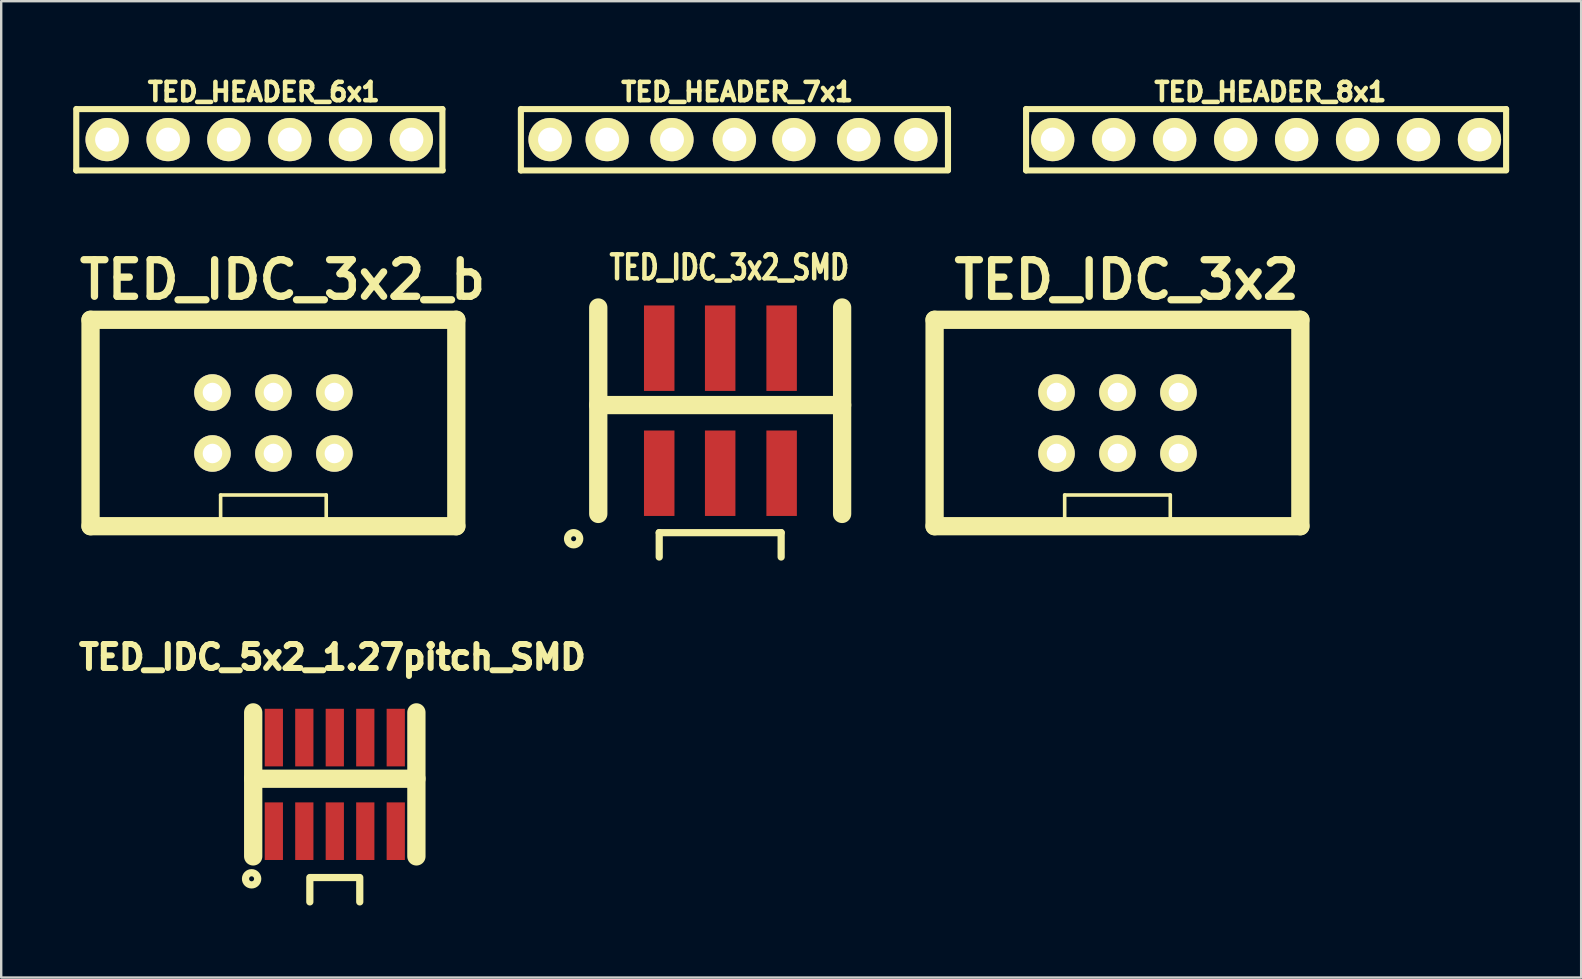
<source format=kicad_pcb>
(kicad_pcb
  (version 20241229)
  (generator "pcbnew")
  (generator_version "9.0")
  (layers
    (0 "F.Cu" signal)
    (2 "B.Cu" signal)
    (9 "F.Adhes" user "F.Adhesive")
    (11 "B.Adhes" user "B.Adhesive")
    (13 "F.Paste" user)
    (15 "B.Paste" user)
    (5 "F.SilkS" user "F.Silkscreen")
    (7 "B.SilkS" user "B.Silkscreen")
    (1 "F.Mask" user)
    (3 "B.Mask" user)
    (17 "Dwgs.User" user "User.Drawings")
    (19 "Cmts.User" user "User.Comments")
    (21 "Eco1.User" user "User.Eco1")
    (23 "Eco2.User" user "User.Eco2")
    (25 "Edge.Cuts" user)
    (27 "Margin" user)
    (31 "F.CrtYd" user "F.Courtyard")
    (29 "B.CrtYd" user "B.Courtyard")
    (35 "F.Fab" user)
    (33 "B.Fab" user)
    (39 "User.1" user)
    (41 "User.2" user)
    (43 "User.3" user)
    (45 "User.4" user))
  (footprint "TED_IDC_3x2_SMD"
    (layer "F.Cu")
    (at 26.956 14.062)
    (property "Reference" "TED_IDC_3x2_SMD" (at 0.381 -5.969 0) (layer "F.SilkS") (effects (font (size 1 0.75) (thickness 0.188))))
    (attr through_hole)
    (fp_line (start -5.08 -0.236) (end 5.08 -0.236) (stroke (width 0.762) (type solid)) (layer "F.SilkS"))
    (fp_line (start -5.08 4.3) (end -5.08 -4.3) (stroke (width 0.762) (type solid)) (layer "F.SilkS"))
    (fp_line (start -2.54 5.08) (end 2.54 5.08) (stroke (width 0.3) (type solid)) (layer "F.SilkS"))
    (fp_line (start -2.54 6.096) (end -2.54 5.08) (stroke (width 0.3) (type solid)) (layer "F.SilkS"))
    (fp_line (start 2.54 5.08) (end 2.54 6.096) (stroke (width 0.3) (type solid)) (layer "F.SilkS"))
    (fp_line (start 5.08 -4.3) (end 5.08 4.3) (stroke (width 0.762) (type solid)) (layer "F.SilkS"))
    (fp_circle (center -6.106 5.334) (end -5.852 5.334) (stroke (width 0.3) (type solid)) (fill no) (layer "F.SilkS"))
    (pad "1" smd rect (at -2.54 2.605) (size 1.27 3.56) (layers "F.Cu" "F.Mask" "F.Paste"))
    (pad "2" smd rect (at -2.54 -2.605) (size 1.27 3.56) (layers "F.Cu" "F.Mask" "F.Paste"))
    (pad "3" smd rect (at 0 2.605) (size 1.27 3.56) (layers "F.Cu" "F.Mask" "F.Paste"))
    (pad "4" smd rect (at 0 -2.605) (size 1.27 3.56) (layers "F.Cu" "F.Mask" "F.Paste"))
    (pad "5" smd rect (at 2.56 2.605) (size 1.27 3.56) (layers "F.Cu" "F.Mask" "F.Paste"))
    (pad "6" smd rect (at 2.56 -2.605) (size 1.27 3.56) (layers "F.Cu" "F.Mask" "F.Paste")))
  (footprint "TED_HEADER_8x1"
    (layer "F.Cu")
    (at 49.701 2.766)
    (property "Reference" "TED_HEADER_8x1" (at 0.178 -1.986 0) (layer "F.SilkS") (effects (font (size 0.762 0.762) (thickness 0.191))))
    (attr through_hole)
    (fp_line (start -10 1.285) (end -10 -1.275) (stroke (width 0.254) (type solid)) (layer "F.SilkS"))
    (fp_line (start 10 -1.27) (end -10 -1.27) (stroke (width 0.254) (type solid)) (layer "F.SilkS"))
    (fp_line (start 10 -1.27) (end 10 1.27) (stroke (width 0.254) (type solid)) (layer "F.SilkS"))
    (fp_line (start 10 1.285) (end -10 1.285) (stroke (width 0.254) (type solid)) (layer "F.SilkS"))
    (pad "1" thru_hole circle (at -8.89 0) (size 1.8 1.8) (drill 1) (layers "*.Cu" "*.Mask" "F.SilkS"))
    (pad "2" thru_hole circle (at -6.35 0) (size 1.8 1.8) (drill 1) (layers "*.Cu" "*.Mask" "F.SilkS"))
    (pad "3" thru_hole circle (at -3.81 0) (size 1.8 1.8) (drill 1) (layers "*.Cu" "*.Mask" "F.SilkS"))
    (pad "4" thru_hole circle (at -1.27 0) (size 1.8 1.8) (drill 1) (layers "*.Cu" "*.Mask" "F.SilkS"))
    (pad "5" thru_hole circle (at 1.27 0) (size 1.8 1.8) (drill 1) (layers "*.Cu" "*.Mask" "F.SilkS"))
    (pad "6" thru_hole circle (at 3.81 0) (size 1.8 1.8) (drill 1) (layers "*.Cu" "*.Mask" "F.SilkS"))
    (pad "7" thru_hole circle (at 6.35 0) (size 1.8 1.8) (drill 1) (layers "*.Cu" "*.Mask" "F.SilkS"))
    (pad "8" thru_hole circle (at 8.89 0) (size 1.8 1.8) (drill 1) (layers "*.Cu" "*.Mask" "F.SilkS")))
  (footprint "TED_HEADER_7x1"
    (layer "F.Cu")
    (at 27.487 2.766)
    (property "Reference" "TED_HEADER_7x1" (at 0.178 -1.986 0) (layer "F.SilkS") (effects (font (size 0.762 0.762) (thickness 0.191))))
    (attr through_hole)
    (fp_line (start -8.835 1.285) (end -8.835 -1.275) (stroke (width 0.254) (type solid)) (layer "F.SilkS"))
    (fp_line (start 8.96 -1.27) (end -8.82 -1.27) (stroke (width 0.254) (type solid)) (layer "F.SilkS"))
    (fp_line (start 8.96 -1.27) (end 8.96 1.27) (stroke (width 0.254) (type solid)) (layer "F.SilkS"))
    (fp_line (start 8.96 1.285) (end -8.835 1.285) (stroke (width 0.254) (type solid)) (layer "F.SilkS"))
    (pad "1" thru_hole circle (at -7.62 0) (size 1.8 1.8) (drill 1) (layers "*.Cu" "*.Mask" "F.SilkS"))
    (pad "2" thru_hole circle (at -5.24 0) (size 1.8 1.8) (drill 1) (layers "*.Cu" "*.Mask" "F.SilkS"))
    (pad "3" thru_hole circle (at -2.54 0) (size 1.8 1.8) (drill 1) (layers "*.Cu" "*.Mask" "F.SilkS"))
    (pad "4" thru_hole circle (at 0.06 0) (size 1.8 1.8) (drill 1) (layers "*.Cu" "*.Mask" "F.SilkS"))
    (pad "5" thru_hole circle (at 2.54 0) (size 1.8 1.8) (drill 1) (layers "*.Cu" "*.Mask" "F.SilkS"))
    (pad "6" thru_hole circle (at 5.24 0) (size 1.8 1.8) (drill 1) (layers "*.Cu" "*.Mask" "F.SilkS"))
    (pad "7" thru_hole circle (at 7.62 0) (size 1.8 1.8) (drill 1) (layers "*.Cu" "*.Mask" "F.SilkS")))
  (footprint "TED_IDC_5x2_1.27pitch_SMD"
    (layer "F.Cu")
    (at 10.899 29.631)
    (property "Reference" "TED_IDC_5x2_1.27pitch_SMD" (at -0.1 -5.3 0) (layer "F.SilkS") (effects (font (size 1 1) (thickness 0.25))))
    (attr through_hole)
    (fp_line (start -3.4 -0.236) (end 3.4 -0.236) (stroke (width 0.762) (type solid)) (layer "F.SilkS"))
    (fp_line (start -3.4 3) (end -3.4 -3) (stroke (width 0.762) (type solid)) (layer "F.SilkS"))
    (fp_line (start -1.04 4.896) (end -1.04 3.88) (stroke (width 0.3) (type solid)) (layer "F.SilkS"))
    (fp_line (start -1 3.88) (end 1 3.88) (stroke (width 0.3) (type solid)) (layer "F.SilkS"))
    (fp_line (start 1.04 3.88) (end 1.04 4.896) (stroke (width 0.3) (type solid)) (layer "F.SilkS"))
    (fp_line (start 3.4 -3) (end 3.4 3) (stroke (width 0.762) (type solid)) (layer "F.SilkS"))
    (fp_circle (center -3.466 3.934) (end -3.212 3.934) (stroke (width 0.3) (type solid)) (fill no) (layer "F.SilkS"))
    (pad "1" smd rect (at -2.54 1.95) (size 0.76 2.4) (layers "F.Cu" "F.Mask" "F.Paste"))
    (pad "2" smd rect (at -2.54 -1.95) (size 0.76 2.4) (layers "F.Cu" "F.Mask" "F.Paste"))
    (pad "3" smd rect (at -1.27 1.95) (size 0.76 2.4) (layers "F.Cu" "F.Mask" "F.Paste"))
    (pad "4" smd rect (at -1.27 -1.95) (size 0.76 2.4) (layers "F.Cu" "F.Mask" "F.Paste"))
    (pad "5" smd rect (at 0 1.95) (size 0.76 2.4) (layers "F.Cu" "F.Mask" "F.Paste"))
    (pad "6" smd rect (at 0 -1.95) (size 0.76 2.4) (layers "F.Cu" "F.Mask" "F.Paste"))
    (pad "7" smd rect (at 1.27 1.95) (size 0.76 2.4) (layers "F.Cu" "F.Mask" "F.Paste"))
    (pad "8" smd rect (at 1.27 -1.95) (size 0.76 2.4) (layers "F.Cu" "F.Mask" "F.Paste"))
    (pad "9" smd rect (at 2.54 1.95) (size 0.76 2.4) (layers "F.Cu" "F.Mask" "F.Paste"))
    (pad "10" smd rect (at 2.54 -1.95) (size 0.76 2.4) (layers "F.Cu" "F.Mask" "F.Paste")))
  (footprint "TED_IDC_3x2_b"
    (layer "F.Cu")
    (at 8.342 14.574)
    (property "Reference" "TED_IDC_3x2_b" (at 0.381 -5.969 0) (layer "F.SilkS") (effects (font (size 1.524 1.524) (thickness 0.305))))
    (attr through_hole)
    (fp_line (start -7.62 -4.3) (end 7.62 -4.3) (stroke (width 0.762) (type solid)) (layer "F.SilkS"))
    (fp_line (start -7.62 4.3) (end -7.62 -4.3) (stroke (width 0.762) (type solid)) (layer "F.SilkS"))
    (fp_line (start -2.2 3) (end 2.2 3) (stroke (width 0.15) (type solid)) (layer "F.SilkS"))
    (fp_line (start -2.2 4) (end -2.2 3) (stroke (width 0.15) (type solid)) (layer "F.SilkS"))
    (fp_line (start 2.2 3) (end 2.2 4) (stroke (width 0.15) (type solid)) (layer "F.SilkS"))
    (fp_line (start 7.62 -4.3) (end 7.62 4.3) (stroke (width 0.762) (type solid)) (layer "F.SilkS"))
    (fp_line (start 7.62 4.3) (end -7.62 4.3) (stroke (width 0.762) (type solid)) (layer "F.SilkS"))
    (pad "1" thru_hole circle (at -2.54 1.27) (size 1.524 1.524) (drill 0.813) (layers "*.Mask" "B.Cu" "F.SilkS"))
    (pad "2" thru_hole circle (at -2.54 -1.27) (size 1.524 1.524) (drill 0.813) (layers "*.Mask" "B.Cu" "F.SilkS"))
    (pad "3" thru_hole circle (at 0 1.27) (size 1.524 1.524) (drill 0.813) (layers "*.Mask" "B.Cu" "F.SilkS"))
    (pad "4" thru_hole circle (at 0 -1.27) (size 1.524 1.524) (drill 0.813) (layers "*.Mask" "B.Cu" "F.SilkS"))
    (pad "5" thru_hole circle (at 2.54 1.27) (size 1.524 1.524) (drill 0.813) (layers "*.Mask" "B.Cu" "F.SilkS"))
    (pad "6" thru_hole circle (at 2.54 -1.27) (size 1.524 1.524) (drill 0.813) (layers "*.Mask" "B.Cu" "F.SilkS")))
  (footprint "TED_IDC_3x2"
    (layer "F.Cu")
    (at 43.509 14.574)
    (property "Reference" "TED_IDC_3x2" (at 0.381 -5.969 0) (layer "F.SilkS") (effects (font (size 1.524 1.524) (thickness 0.305))))
    (attr through_hole)
    (fp_line (start -7.62 -4.3) (end 7.62 -4.3) (stroke (width 0.762) (type solid)) (layer "F.SilkS"))
    (fp_line (start -7.62 4.3) (end -7.62 -4.3) (stroke (width 0.762) (type solid)) (layer "F.SilkS"))
    (fp_line (start -2.2 3) (end 2.2 3) (stroke (width 0.15) (type solid)) (layer "F.SilkS"))
    (fp_line (start -2.2 4) (end -2.2 3) (stroke (width 0.15) (type solid)) (layer "F.SilkS"))
    (fp_line (start 2.2 3) (end 2.2 4) (stroke (width 0.15) (type solid)) (layer "F.SilkS"))
    (fp_line (start 7.62 -4.3) (end 7.62 4.3) (stroke (width 0.762) (type solid)) (layer "F.SilkS"))
    (fp_line (start 7.62 4.3) (end -7.62 4.3) (stroke (width 0.762) (type solid)) (layer "F.SilkS"))
    (pad "1" thru_hole circle (at -2.54 1.27) (size 1.524 1.524) (drill 0.813) (layers "*.Cu" "*.Mask" "F.SilkS"))
    (pad "2" thru_hole circle (at -2.54 -1.27) (size 1.524 1.524) (drill 0.813) (layers "*.Cu" "*.Mask" "F.SilkS"))
    (pad "3" thru_hole circle (at 0 1.27) (size 1.524 1.524) (drill 0.813) (layers "*.Cu" "*.Mask" "F.SilkS"))
    (pad "4" thru_hole circle (at 0 -1.27) (size 1.524 1.524) (drill 0.813) (layers "*.Cu" "*.Mask" "F.SilkS"))
    (pad "5" thru_hole circle (at 2.54 1.27) (size 1.524 1.524) (drill 0.813) (layers "*.Cu" "*.Mask" "F.SilkS"))
    (pad "6" thru_hole circle (at 2.54 -1.27) (size 1.524 1.524) (drill 0.813) (layers "*.Cu" "*.Mask" "F.SilkS")))
  (footprint "TED_HEADER_6x1"
    (layer "F.Cu")
    (at 7.762 2.766)
    (property "Reference" "TED_HEADER_6x1" (at 0.178 -1.986 0) (layer "F.SilkS") (effects (font (size 0.762 0.762) (thickness 0.191))))
    (attr through_hole)
    (fp_line (start -7.635 1.285) (end -7.635 -1.275) (stroke (width 0.254) (type solid)) (layer "F.SilkS"))
    (fp_line (start 7.62 -1.27) (end -7.62 -1.27) (stroke (width 0.254) (type solid)) (layer "F.SilkS"))
    (fp_line (start 7.62 -1.27) (end 7.62 1.27) (stroke (width 0.254) (type solid)) (layer "F.SilkS"))
    (fp_line (start 7.635 1.285) (end -7.635 1.285) (stroke (width 0.254) (type solid)) (layer "F.SilkS"))
    (pad "1" thru_hole circle (at -6.35 0) (size 1.8 1.8) (drill 1) (layers "*.Cu" "*.Mask" "F.SilkS"))
    (pad "2" thru_hole circle (at -3.81 0) (size 1.8 1.8) (drill 1) (layers "*.Cu" "*.Mask" "F.SilkS"))
    (pad "3" thru_hole circle (at -1.28 0) (size 1.8 1.8) (drill 1) (layers "*.Cu" "*.Mask" "F.SilkS"))
    (pad "4" thru_hole circle (at 1.26 0) (size 1.8 1.8) (drill 1) (layers "*.Cu" "*.Mask" "F.SilkS"))
    (pad "5" thru_hole circle (at 3.79 0) (size 1.8 1.8) (drill 1) (layers "*.Cu" "*.Mask" "F.SilkS"))
    (pad "6" thru_hole circle (at 6.33 0) (size 1.8 1.8) (drill 1) (layers "*.Cu" "*.Mask" "F.SilkS")))
  (gr_rect
    (start -3 -3)
    (end 62.828 37.677)
    (stroke (width 0.1) (type default))
    (fill no)
    (layer "Edge.Cuts")))
</source>
